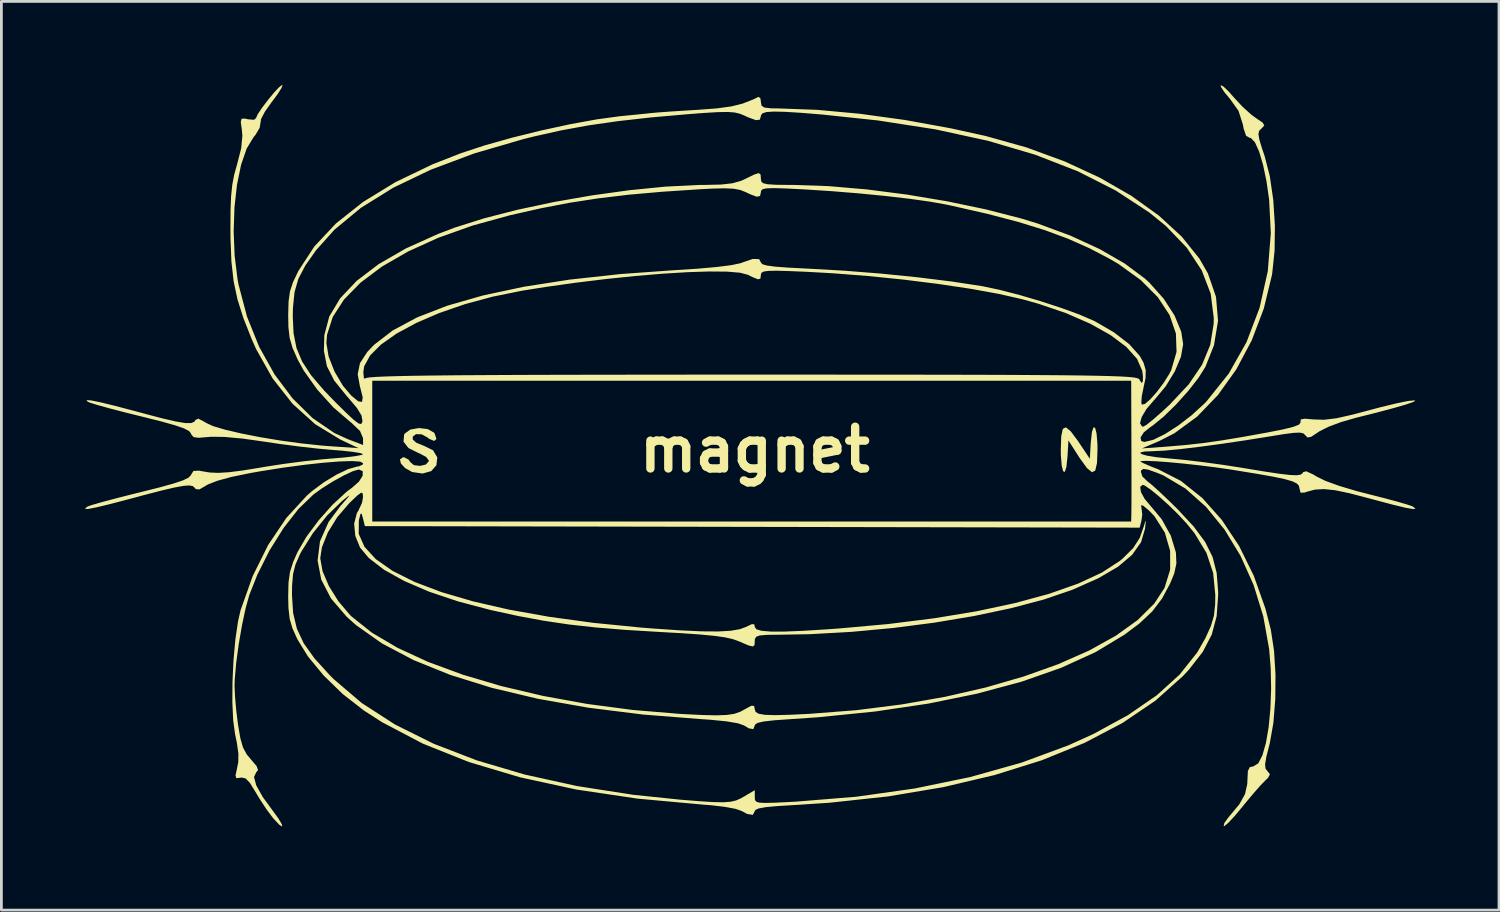
<source format=kicad_pcb>
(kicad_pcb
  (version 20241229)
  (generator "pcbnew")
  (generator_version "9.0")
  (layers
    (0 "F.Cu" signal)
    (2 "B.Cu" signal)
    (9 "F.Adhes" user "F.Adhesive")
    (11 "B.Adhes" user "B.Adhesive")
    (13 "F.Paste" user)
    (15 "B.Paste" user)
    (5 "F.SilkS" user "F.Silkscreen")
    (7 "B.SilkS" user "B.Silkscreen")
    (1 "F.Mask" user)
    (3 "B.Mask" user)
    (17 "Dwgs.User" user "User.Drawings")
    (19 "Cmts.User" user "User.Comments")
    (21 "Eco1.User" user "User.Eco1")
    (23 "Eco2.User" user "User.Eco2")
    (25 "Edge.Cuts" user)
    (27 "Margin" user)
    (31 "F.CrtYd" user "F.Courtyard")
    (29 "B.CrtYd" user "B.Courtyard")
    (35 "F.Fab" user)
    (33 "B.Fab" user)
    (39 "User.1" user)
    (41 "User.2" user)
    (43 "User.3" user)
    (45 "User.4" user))
  (footprint "magnet"
    (layer "F.Cu")
    (at 24.071 13.105)
    (property "Reference" "magnet" (at 0 0 0) (layer "F.SilkS") (effects (font (size 1.5 1.5) (thickness 0.3))))
    (attr board_only exclude_from_pos_files exclude_from_bom)
    (fp_poly (pts (xy 11.356 -0.654) (xy 11.613 -0.308) (xy 11.655 -0.245) (xy 12.04 0.33) (xy 12.073 -0.247) (xy 12.114 -0.627) (xy 12.17 -0.8) (xy 12.23 -0.781) (xy 12.281 -0.581) (xy 12.312 -0.214) (xy 12.315 -0.000001) (xy 12.297 0.484) (xy 12.234 0.754) (xy 12.118 0.814) (xy 11.939 0.668) (xy 11.685 0.319) (xy 11.639 0.248) (xy 11.271 -0.328) (xy 11.237 0.248) (xy 11.197 0.627) (xy 11.141 0.8) (xy 11.081 0.781) (xy 11.03 0.581) (xy 10.999 0.214) (xy 10.996 -0.000001) (xy 11.012 -0.479) (xy 11.068 -0.744) (xy 11.179 -0.8)) (stroke (width 0) (type solid)) (fill yes) (layer "F.SilkS"))
    (fp_poly (pts (xy -11.755 -0.738) (xy -11.529 -0.613) (xy -11.506 -0.583) (xy -11.438 -0.384) (xy -11.519 -0.31) (xy -11.703 -0.388) (xy -11.761 -0.436) (xy -11.97 -0.549) (xy -12.172 -0.556) (xy -12.291 -0.466) (xy -12.289 -0.362) (xy -12.161 -0.246) (xy -11.912 -0.144) (xy -11.898 -0.14) (xy -11.561 0.024) (xy -11.408 0.28) (xy -11.44 0.563) (xy -11.625 0.773) (xy -11.936 0.86) (xy -12.303 0.807) (xy -12.322 0.801) (xy -12.564 0.665) (xy -12.716 0.499) (xy -12.75 0.353) (xy -12.64 0.277) (xy -12.602 0.275) (xy -12.434 0.364) (xy -12.383 0.447) (xy -12.248 0.559) (xy -12.027 0.586) (xy -11.817 0.536) (xy -11.711 0.415) (xy -11.71 0.399) (xy -11.805 0.268) (xy -12.036 0.142) (xy -12.085 0.124) (xy -12.444 -0.056) (xy -12.622 -0.285) (xy -12.6 -0.538) (xy -12.577 -0.577) (xy -12.376 -0.72) (xy -12.069 -0.774)) (stroke (width 0) (type solid)) (fill yes) (layer "F.SilkS"))
    (fp_poly (pts (xy -16.969 -13.102) (xy -17.004 -12.996) (xy -17.148 -12.769) (xy -17.369 -12.472) (xy -17.601 -12.145) (xy -17.74 -11.879) (xy -17.762 -11.737) (xy -17.791 -11.562) (xy -17.938 -11.314) (xy -18.012 -11.223) (xy -18.259 -10.814) (xy -18.459 -10.23) (xy -18.606 -9.513) (xy -18.696 -8.702) (xy -18.725 -7.839) (xy -18.69 -6.965) (xy -18.585 -6.119) (xy -18.55 -5.929) (xy -18.244 -4.773) (xy -17.807 -3.69) (xy -17.257 -2.704) (xy -16.612 -1.844) (xy -15.891 -1.133) (xy -15.112 -0.599) (xy -14.631 -0.377) (xy -14.074 -0.166) (xy -14.077 -0.413) (xy -14.183 -0.666) (xy -14.485 -0.957) (xy -14.529 -0.99) (xy -15.144 -1.519) (xy -15.725 -2.161) (xy -16.207 -2.839) (xy -16.429 -3.244) (xy -16.611 -3.66) (xy -16.713 -4.014) (xy -16.758 -4.404) (xy -16.764 -4.785) (xy -16.601 -4.785) (xy -16.572 -4.176) (xy -16.467 -3.649) (xy -16.263 -3.161) (xy -15.939 -2.666) (xy -15.471 -2.119) (xy -15.07 -1.704) (xy -14.675 -1.314) (xy -14.406 -1.065) (xy -14.238 -0.939) (xy -14.146 -0.918) (xy -14.104 -0.985) (xy -14.097 -1.021) (xy -14.129 -1.22) (xy -14.291 -1.489) (xy -14.603 -1.86) (xy -14.667 -1.931) (xy -15.11 -2.478) (xy -15.374 -2.996) (xy -15.483 -3.546) (xy -15.475 -3.825) (xy -15.393 -3.825) (xy -15.313 -3.344) (xy -15.102 -2.807) (xy -14.798 -2.293) (xy -14.505 -1.947) (xy -14.251 -1.737) (xy -14.113 -1.713) (xy -14.088 -1.877) (xy -14.176 -2.229) (xy -14.185 -2.257) (xy -14.268 -2.705) (xy -14.254 -2.776) (xy -14.066 -2.776) (xy -14.046 -2.575) (xy -14.009 -2.541) (xy -14.002 -2.556) (xy -13.953 -2.577) (xy -13.817 -2.596) (xy -13.584 -2.613) (xy -13.246 -2.628) (xy -12.792 -2.641) (xy -12.213 -2.653) (xy -11.499 -2.662) (xy -10.641 -2.671) (xy -9.629 -2.677) (xy -8.453 -2.683) (xy -7.103 -2.687) (xy -5.571 -2.69) (xy -3.847 -2.692) (xy -1.92 -2.694) (xy -0.097 -2.694) (xy 1.948 -2.694) (xy 3.784 -2.693) (xy 5.423 -2.692) (xy 6.875 -2.69) (xy 8.151 -2.687) (xy 9.263 -2.683) (xy 10.222 -2.677) (xy 11.038 -2.671) (xy 11.723 -2.663) (xy 12.288 -2.653) (xy 12.744 -2.642) (xy 13.102 -2.629) (xy 13.374 -2.614) (xy 13.569 -2.597) (xy 13.701 -2.577) (xy 13.778 -2.555) (xy 13.813 -2.531) (xy 13.817 -2.524) (xy 13.895 -2.394) (xy 13.943 -2.445) (xy 13.948 -2.642) (xy 13.922 -2.832) (xy 13.737 -3.258) (xy 13.352 -3.689) (xy 12.786 -4.114) (xy 12.057 -4.522) (xy 11.187 -4.902) (xy 10.192 -5.241) (xy 9.625 -5.4) (xy 8.773 -5.594) (xy 7.745 -5.78) (xy 6.587 -5.953) (xy 5.345 -6.108) (xy 4.063 -6.238) (xy 2.786 -6.337) (xy 1.897 -6.387) (xy 1.254 -6.414) (xy 0.798 -6.427) (xy 0.499 -6.422) (xy 0.324 -6.399) (xy 0.242 -6.355) (xy 0.22 -6.288) (xy 0.22 -6.283) (xy 0.203 -6.146) (xy 0.119 -6.118) (xy -0.082 -6.198) (xy -0.249 -6.282) (xy -0.53 -6.356) (xy -1.002 -6.395) (xy -1.64 -6.4) (xy -2.419 -6.375) (xy -3.311 -6.32) (xy -4.293 -6.238) (xy -5.338 -6.13) (xy -6.42 -5.998) (xy -7.515 -5.844) (xy -8.357 -5.71) (xy -9.415 -5.496) (xy -10.417 -5.225) (xy -11.341 -4.906) (xy -12.164 -4.551) (xy -12.867 -4.171) (xy -13.427 -3.777) (xy -13.824 -3.38) (xy -14.036 -2.991) (xy -14.066 -2.776) (xy -14.254 -2.776) (xy -14.186 -3.107) (xy -13.922 -3.511) (xy -13.68 -3.765) (xy -13.007 -4.283) (xy -12.127 -4.753) (xy -11.044 -5.172) (xy -9.766 -5.538) (xy -8.299 -5.851) (xy -6.649 -6.108) (xy -4.823 -6.308) (xy -2.914 -6.445) (xy -2.057 -6.5) (xy -1.36 -6.562) (xy -0.839 -6.628) (xy -0.515 -6.697) (xy -0.464 -6.716) (xy -0.071 -6.851) (xy 0.157 -6.844) (xy 0.22 -6.724) (xy 0.269 -6.663) (xy 0.434 -6.614) (xy 0.739 -6.573) (xy 1.211 -6.538) (xy 1.874 -6.504) (xy 1.952 -6.5) (xy 3.224 -6.428) (xy 4.545 -6.323) (xy 5.85 -6.191) (xy 7.072 -6.04) (xy 8.143 -5.877) (xy 8.182 -5.87) (xy 8.798 -5.74) (xy 9.518 -5.554) (xy 10.278 -5.33) (xy 11.016 -5.089) (xy 11.671 -4.85) (xy 12.178 -4.631) (xy 12.222 -4.61) (xy 12.906 -4.213) (xy 13.455 -3.789) (xy 13.836 -3.363) (xy 13.97 -3.121) (xy 14.048 -2.854) (xy 14.041 -2.568) (xy 13.971 -2.237) (xy 13.905 -1.912) (xy 13.89 -1.68) (xy 13.909 -1.615) (xy 14.021 -1.642) (xy 14.214 -1.809) (xy 14.448 -2.073) (xy 14.686 -2.388) (xy 14.889 -2.71) (xy 14.965 -2.859) (xy 15.155 -3.51) (xy 15.132 -4.172) (xy 14.906 -4.832) (xy 14.483 -5.476) (xy 13.869 -6.092) (xy 13.074 -6.666) (xy 12.767 -6.847) (xy 12.026 -7.235) (xy 11.251 -7.579) (xy 10.406 -7.891) (xy 9.455 -8.184) (xy 8.363 -8.47) (xy 7.093 -8.759) (xy 6.874 -8.806) (xy 6.303 -8.908) (xy 5.558 -9.013) (xy 4.687 -9.114) (xy 3.735 -9.207) (xy 2.749 -9.287) (xy 1.775 -9.35) (xy 1.677 -9.355) (xy 1.084 -9.384) (xy 0.676 -9.396) (xy 0.42 -9.387) (xy 0.282 -9.356) (xy 0.227 -9.301) (xy 0.22 -9.252) (xy 0.189 -9.111) (xy 0.068 -9.087) (xy -0.183 -9.182) (xy -0.325 -9.251) (xy -0.522 -9.329) (xy -0.76 -9.374) (xy -1.087 -9.389) (xy -1.552 -9.377) (xy -1.964 -9.355) (xy -3.328 -9.265) (xy -4.527 -9.159) (xy -5.616 -9.029) (xy -6.648 -8.87) (xy -7.678 -8.672) (xy -8.762 -8.428) (xy -8.8 -8.419) (xy -10.15 -8.047) (xy -11.373 -7.611) (xy -12.459 -7.118) (xy -13.393 -6.579) (xy -14.164 -6.001) (xy -14.759 -5.394) (xy -15.165 -4.765) (xy -15.37 -4.125) (xy -15.393 -3.825) (xy -15.475 -3.825) (xy -15.467 -4.112) (xy -15.29 -4.78) (xy -14.9 -5.433) (xy -14.306 -6.062) (xy -13.517 -6.662) (xy -12.538 -7.227) (xy -11.379 -7.749) (xy -10.762 -7.983) (xy -9.723 -8.311) (xy -8.52 -8.619) (xy -7.21 -8.897) (xy -5.851 -9.134) (xy -4.499 -9.321) (xy -3.211 -9.449) (xy -2.043 -9.508) (xy -1.758 -9.511) (xy -1.204 -9.524) (xy -0.805 -9.569) (xy -0.496 -9.656) (xy -0.33 -9.731) (xy -0.019 -9.884) (xy 0.145 -9.935) (xy 0.209 -9.883) (xy 0.22 -9.731) (xy 0.234 -9.634) (xy 0.302 -9.571) (xy 0.463 -9.534) (xy 0.755 -9.516) (xy 1.217 -9.51) (xy 1.402 -9.51) (xy 2.651 -9.467) (xy 4.03 -9.348) (xy 5.475 -9.162) (xy 6.924 -8.919) (xy 8.313 -8.629) (xy 9.579 -8.303) (xy 10.171 -8.121) (xy 11.34 -7.689) (xy 12.392 -7.205) (xy 13.296 -6.684) (xy 14.02 -6.144) (xy 14.179 -5.998) (xy 14.693 -5.422) (xy 15.083 -4.819) (xy 15.324 -4.235) (xy 15.393 -3.788) (xy 15.313 -3.336) (xy 15.093 -2.81) (xy 14.765 -2.274) (xy 14.361 -1.789) (xy 14.338 -1.766) (xy 14.072 -1.455) (xy 13.902 -1.169) (xy 13.843 -0.947) (xy 13.914 -0.832) (xy 13.964 -0.825) (xy 14.085 -0.896) (xy 14.325 -1.089) (xy 14.646 -1.372) (xy 14.915 -1.622) (xy 15.594 -2.345) (xy 16.072 -3.049) (xy 16.366 -3.762) (xy 16.488 -4.512) (xy 16.493 -4.725) (xy 16.384 -5.597) (xy 16.059 -6.443) (xy 15.52 -7.258) (xy 14.77 -8.038) (xy 14.172 -8.523) (xy 12.969 -9.31) (xy 11.607 -10) (xy 10.079 -10.595) (xy 8.378 -11.096) (xy 6.496 -11.506) (xy 4.425 -11.827) (xy 2.419 -12.04) (xy 1.654 -12.102) (xy 1.082 -12.137) (xy 0.678 -12.146) (xy 0.417 -12.128) (xy 0.273 -12.081) (xy 0.221 -12.006) (xy 0.22 -11.985) (xy 0.181 -11.854) (xy 0.041 -11.838) (xy -0.236 -11.938) (xy -0.373 -12.002) (xy -0.543 -12.071) (xy -0.732 -12.115) (xy -0.981 -12.132) (xy -1.331 -12.126) (xy -1.824 -12.096) (xy -2.383 -12.054) (xy -3.736 -11.935) (xy -4.918 -11.802) (xy -5.981 -11.649) (xy -6.973 -11.467) (xy -7.946 -11.249) (xy -8.319 -11.155) (xy -10.074 -10.644) (xy -11.633 -10.061) (xy -12.992 -9.409) (xy -14.149 -8.69) (xy -15.101 -7.904) (xy -15.767 -7.16) (xy -16.151 -6.613) (xy -16.4 -6.137) (xy -16.539 -5.654) (xy -16.595 -5.088) (xy -16.601 -4.785) (xy -16.764 -4.785) (xy -16.765 -4.838) (xy -16.752 -5.323) (xy -16.702 -5.684) (xy -16.593 -6.015) (xy -16.404 -6.41) (xy -16.397 -6.423) (xy -15.828 -7.296) (xy -15.052 -8.123) (xy -14.079 -8.895) (xy -12.919 -9.606) (xy -11.58 -10.25) (xy -10.546 -10.655) (xy -9.7 -10.932) (xy -8.724 -11.207) (xy -7.684 -11.464) (xy -6.647 -11.689) (xy -5.677 -11.866) (xy -4.841 -11.98) (xy -4.783 -11.985) (xy -4.34 -12.029) (xy -3.939 -12.069) (xy -3.684 -12.096) (xy -3.444 -12.117) (xy -3.043 -12.146) (xy -2.538 -12.179) (xy -2.034 -12.21) (xy -1.363 -12.26) (xy -0.85 -12.33) (xy -0.435 -12.433) (xy -0.057 -12.581) (xy 0.137 -12.676) (xy 0.203 -12.62) (xy 0.22 -12.489) (xy 0.243 -12.359) (xy 0.346 -12.29) (xy 0.581 -12.263) (xy 0.852 -12.259) (xy 2.243 -12.208) (xy 3.776 -12.067) (xy 5.395 -11.844) (xy 7.044 -11.544) (xy 8.302 -11.267) (xy 9.762 -10.858) (xy 11.134 -10.355) (xy 12.397 -9.771) (xy 13.533 -9.118) (xy 14.52 -8.408) (xy 15.341 -7.653) (xy 15.975 -6.865) (xy 16.283 -6.328) (xy 16.573 -5.489) (xy 16.646 -4.627) (xy 16.501 -3.752) (xy 16.192 -2.972) (xy 15.94 -2.572) (xy 15.57 -2.101) (xy 15.137 -1.619) (xy 14.696 -1.188) (xy 14.303 -0.868) (xy 14.218 -0.811) (xy 13.978 -0.618) (xy 13.862 -0.435) (xy 13.887 -0.307) (xy 14.002 -0.275) (xy 14.317 -0.35) (xy 14.737 -0.556) (xy 15.214 -0.862) (xy 15.703 -1.238) (xy 16.157 -1.654) (xy 16.235 -1.735) (xy 17.032 -2.732) (xy 17.67 -3.861) (xy 18.14 -5.097) (xy 18.434 -6.411) (xy 18.543 -7.777) (xy 18.482 -8.979) (xy 18.387 -9.645) (xy 18.264 -10.232) (xy 18.123 -10.708) (xy 17.973 -11.04) (xy 17.827 -11.195) (xy 17.783 -11.202) (xy 17.655 -11.275) (xy 17.566 -11.533) (xy 17.54 -11.678) (xy 17.381 -12.174) (xy 17.075 -12.602) (xy 16.867 -12.853) (xy 16.75 -13.036) (xy 16.742 -13.095) (xy 16.837 -13.049) (xy 17.024 -12.871) (xy 17.224 -12.645) (xy 17.527 -12.319) (xy 17.847 -12.031) (xy 18.02 -11.905) (xy 18.248 -11.75) (xy 18.308 -11.649) (xy 18.226 -11.552) (xy 18.209 -11.54) (xy 18.125 -11.458) (xy 18.097 -11.34) (xy 18.13 -11.14) (xy 18.231 -10.809) (xy 18.322 -10.541) (xy 18.507 -9.823) (xy 18.631 -8.967) (xy 18.689 -8.049) (xy 18.678 -7.144) (xy 18.592 -6.327) (xy 18.584 -6.276) (xy 18.29 -5.065) (xy 17.857 -3.925) (xy 17.302 -2.881) (xy 16.642 -1.96) (xy 15.896 -1.186) (xy 15.08 -0.587) (xy 14.534 -0.308) (xy 13.91 -0.042) (xy 14.844 -0.11) (xy 15.473 -0.163) (xy 16.091 -0.232) (xy 16.755 -0.326) (xy 17.52 -0.452) (xy 18.438 -0.618) (xy 18.994 -0.728) (xy 19.359 -0.819) (xy 19.557 -0.899) (xy 19.614 -0.977) (xy 19.61 -0.996) (xy 19.618 -1.083) (xy 19.761 -1.11) (xy 20.078 -1.084) (xy 20.087 -1.083) (xy 20.458 -1.072) (xy 20.902 -1.126) (xy 21.475 -1.255) (xy 21.719 -1.319) (xy 22.474 -1.52) (xy 23.065 -1.663) (xy 23.478 -1.747) (xy 23.7 -1.768) (xy 23.733 -1.758) (xy 23.656 -1.708) (xy 23.385 -1.616) (xy 22.938 -1.487) (xy 22.337 -1.327) (xy 21.606 -1.144) (xy 21.08 -0.993) (xy 20.617 -0.821) (xy 20.287 -0.655) (xy 20.246 -0.627) (xy 20 -0.463) (xy 19.863 -0.434) (xy 19.784 -0.513) (xy 19.719 -0.58) (xy 19.593 -0.61) (xy 19.367 -0.602) (xy 19 -0.554) (xy 18.506 -0.474) (xy 17.632 -0.334) (xy 16.777 -0.207) (xy 15.982 -0.1) (xy 15.286 -0.017) (xy 14.727 0.036) (xy 14.346 0.055) (xy 14.344 0.055) (xy 13.998 0.069) (xy 13.851 0.106) (xy 13.887 0.158) (xy 14.087 0.217) (xy 14.433 0.274) (xy 14.907 0.321) (xy 14.927 0.322) (xy 15.452 0.372) (xy 16.114 0.451) (xy 16.829 0.549) (xy 17.519 0.656) (xy 17.585 0.667) (xy 18.309 0.787) (xy 18.845 0.868) (xy 19.222 0.912) (xy 19.47 0.922) (xy 19.615 0.9) (xy 19.688 0.846) (xy 19.706 0.808) (xy 19.817 0.78) (xy 20.069 0.895) (xy 20.182 0.965) (xy 20.502 1.123) (xy 20.994 1.302) (xy 21.616 1.488) (xy 22.046 1.599) (xy 22.59 1.737) (xy 23.064 1.864) (xy 23.424 1.968) (xy 23.624 2.036) (xy 23.641 2.044) (xy 23.743 2.122) (xy 23.66 2.138) (xy 23.387 2.09) (xy 22.918 1.977) (xy 22.247 1.799) (xy 22.062 1.749) (xy 21.378 1.57) (xy 20.857 1.461) (xy 20.455 1.419) (xy 20.128 1.438) (xy 19.833 1.516) (xy 19.765 1.542) (xy 19.612 1.551) (xy 19.572 1.395) (xy 19.552 1.299) (xy 19.473 1.215) (xy 19.311 1.138) (xy 19.04 1.06) (xy 18.634 0.974) (xy 18.068 0.874) (xy 17.316 0.751) (xy 17.098 0.716) (xy 16.551 0.637) (xy 15.966 0.564) (xy 15.382 0.5) (xy 14.841 0.45) (xy 14.381 0.417) (xy 14.044 0.404) (xy 13.87 0.415) (xy 13.855 0.426) (xy 13.949 0.483) (xy 14.194 0.59) (xy 14.497 0.708) (xy 15.313 1.126) (xy 16.08 1.739) (xy 16.782 2.527) (xy 17.405 3.467) (xy 17.933 4.539) (xy 18.351 5.72) (xy 18.544 6.477) (xy 18.658 7.223) (xy 18.711 8.081) (xy 18.703 8.972) (xy 18.635 9.818) (xy 18.508 10.54) (xy 18.49 10.611) (xy 18.382 11.039) (xy 18.337 11.306) (xy 18.352 11.462) (xy 18.422 11.555) (xy 18.425 11.557) (xy 18.511 11.668) (xy 18.438 11.801) (xy 18.347 11.887) (xy 18.171 12.068) (xy 17.908 12.367) (xy 17.606 12.729) (xy 17.513 12.845) (xy 17.238 13.173) (xy 17.014 13.412) (xy 16.874 13.528) (xy 16.848 13.531) (xy 16.873 13.418) (xy 17.015 13.22) (xy 17.062 13.166) (xy 17.413 12.743) (xy 17.615 12.38) (xy 17.697 12.014) (xy 17.703 11.851) (xy 17.719 11.55) (xy 17.786 11.412) (xy 17.919 11.381) (xy 18.09 11.276) (xy 18.241 10.985) (xy 18.368 10.538) (xy 18.465 9.969) (xy 18.528 9.308) (xy 18.554 8.59) (xy 18.538 7.844) (xy 18.483 7.17) (xy 18.272 5.991) (xy 17.924 4.864) (xy 17.453 3.815) (xy 16.878 2.871) (xy 16.215 2.058) (xy 15.48 1.403) (xy 14.69 0.931) (xy 14.459 0.835) (xy 14.136 0.721) (xy 13.962 0.693) (xy 13.887 0.746) (xy 13.872 0.791) (xy 13.927 0.965) (xy 14.092 1.126) (xy 14.275 1.273) (xy 14.566 1.537) (xy 14.923 1.876) (xy 15.205 2.155) (xy 15.777 2.771) (xy 16.184 3.322) (xy 16.45 3.859) (xy 16.597 4.432) (xy 16.649 5.089) (xy 16.65 5.223) (xy 16.597 5.984) (xy 16.421 6.647) (xy 16.098 7.267) (xy 15.606 7.9) (xy 15.385 8.138) (xy 14.397 9.021) (xy 13.215 9.822) (xy 11.851 10.538) (xy 10.315 11.163) (xy 8.619 11.694) (xy 6.774 12.129) (xy 4.791 12.462) (xy 2.681 12.69) (xy 1.445 12.771) (xy 0.824 12.808) (xy 0.396 12.848) (xy 0.136 12.895) (xy 0.016 12.954) (xy -0.000001 12.992) (xy -0.07 13.125) (xy -0.276 13.092) (xy -0.471 12.986) (xy -0.695 12.908) (xy -1.083 12.836) (xy -1.582 12.778) (xy -1.814 12.761) (xy -4.204 12.543) (xy -6.412 12.215) (xy -8.436 11.775) (xy -10.276 11.225) (xy -11.928 10.565) (xy -13.391 9.796) (xy -14.048 9.373) (xy -14.805 8.784) (xy -15.489 8.12) (xy -16.056 7.432) (xy -16.436 6.814) (xy -16.611 6.426) (xy -16.712 6.084) (xy -16.756 5.693) (xy -16.766 5.278) (xy -16.765 5.232) (xy -16.63 5.232) (xy -16.588 5.871) (xy -16.455 6.432) (xy -16.208 6.96) (xy -15.823 7.5) (xy -15.279 8.098) (xy -15.129 8.249) (xy -14.126 9.104) (xy -12.928 9.878) (xy -11.544 10.567) (xy -9.986 11.168) (xy -8.264 11.677) (xy -6.388 12.09) (xy -4.368 12.404) (xy -2.671 12.58) (xy -1.989 12.635) (xy -1.488 12.666) (xy -1.127 12.673) (xy -0.868 12.654) (xy -0.671 12.607) (xy -0.498 12.53) (xy -0.391 12.469) (xy -0.000001 12.238) (xy -0.000001 12.483) (xy 0.006 12.582) (xy 0.047 12.648) (xy 0.157 12.685) (xy 0.372 12.697) (xy 0.727 12.688) (xy 1.256 12.662) (xy 1.457 12.652) (xy 3.654 12.473) (xy 5.756 12.176) (xy 7.742 11.766) (xy 9.587 11.248) (xy 11.27 10.626) (xy 12.172 10.217) (xy 13.413 9.54) (xy 14.444 8.83) (xy 15.271 8.08) (xy 15.901 7.285) (xy 16.194 6.772) (xy 16.39 6.338) (xy 16.498 5.974) (xy 16.542 5.571) (xy 16.548 5.225) (xy 16.471 4.434) (xy 16.23 3.712) (xy 15.805 3.011) (xy 15.513 2.649) (xy 15.217 2.331) (xy 14.877 1.998) (xy 14.534 1.689) (xy 14.231 1.441) (xy 14.012 1.291) (xy 13.939 1.265) (xy 13.848 1.34) (xy 13.877 1.527) (xy 14.007 1.769) (xy 14.188 1.983) (xy 14.62 2.499) (xy 14.949 3.093) (xy 15.128 3.682) (xy 15.134 3.721) (xy 15.15 4.091) (xy 15.073 4.449) (xy 14.93 4.799) (xy 14.637 5.348) (xy 14.285 5.811) (xy 13.823 6.246) (xy 13.286 6.65) (xy 12.248 7.276) (xy 11.011 7.84) (xy 9.588 8.339) (xy 7.991 8.769) (xy 6.233 9.128) (xy 4.326 9.411) (xy 2.284 9.617) (xy 1.292 9.685) (xy 0.709 9.726) (xy 0.318 9.77) (xy 0.092 9.823) (xy 0.004 9.89) (xy -0.000001 9.911) (xy -0.053 10.046) (xy -0.221 10.013) (xy -0.388 9.911) (xy -0.608 9.834) (xy -1.018 9.765) (xy -1.587 9.708) (xy -1.924 9.685) (xy -4.019 9.52) (xy -5.979 9.275) (xy -7.793 8.954) (xy -9.452 8.56) (xy -10.945 8.095) (xy -12.261 7.563) (xy -13.391 6.967) (xy -14.323 6.31) (xy -14.661 6.009) (xy -15.228 5.348) (xy -15.578 4.671) (xy -15.709 3.984) (xy -15.699 3.903) (xy -15.614 3.903) (xy -15.531 4.37) (xy -15.302 4.906) (xy -14.962 5.451) (xy -14.541 5.946) (xy -14.484 6.001) (xy -13.759 6.578) (xy -12.838 7.122) (xy -11.741 7.628) (xy -10.49 8.089) (xy -9.107 8.498) (xy -7.614 8.85) (xy -6.032 9.138) (xy -4.382 9.356) (xy -2.687 9.497) (xy -2.584 9.503) (xy -1.892 9.537) (xy -1.379 9.549) (xy -1.006 9.535) (xy -0.733 9.494) (xy -0.521 9.42) (xy -0.361 9.333) (xy -0.128 9.205) (xy -0.023 9.21) (xy -0.000001 9.334) (xy 0.032 9.429) (xy 0.146 9.494) (xy 0.37 9.531) (xy 0.73 9.542) (xy 1.255 9.529) (xy 1.971 9.495) (xy 1.979 9.494) (xy 3.658 9.363) (xy 5.283 9.157) (xy 6.838 8.883) (xy 8.306 8.546) (xy 9.67 8.151) (xy 10.914 7.707) (xy 12.021 7.217) (xy 12.974 6.688) (xy 13.757 6.126) (xy 14.353 5.536) (xy 14.725 4.968) (xy 14.925 4.315) (xy 14.925 3.639) (xy 14.735 2.984) (xy 14.363 2.397) (xy 14.168 2.192) (xy 13.957 2.015) (xy 13.879 1.999) (xy 13.892 2.07) (xy 13.923 2.335) (xy 13.897 2.538) (xy 13.83 2.805) (xy -0.09 2.777) (xy -14.01 2.749) (xy -14.078 2.474) (xy -14.129 2.299) (xy -14.167 2.31) (xy -14.221 2.521) (xy -14.227 2.545) (xy -14.232 3.027) (xy -14.025 3.492) (xy -13.617 3.937) (xy -13.014 4.359) (xy -12.226 4.754) (xy -11.261 5.12) (xy -10.128 5.453) (xy -8.835 5.75) (xy -7.39 6.008) (xy -5.803 6.225) (xy -4.082 6.396) (xy -3.629 6.431) (xy -2.669 6.496) (xy -1.903 6.531) (xy -1.307 6.535) (xy -0.858 6.509) (xy -0.531 6.452) (xy -0.324 6.375) (xy -0.104 6.272) (xy -0.015 6.28) (xy -0.000001 6.375) (xy 0.058 6.457) (xy 0.245 6.512) (xy 0.576 6.539) (xy 1.068 6.539) (xy 1.738 6.512) (xy 2.604 6.458) (xy 3.024 6.428) (xy 4.799 6.268) (xy 6.456 6.06) (xy 7.979 5.808) (xy 9.357 5.514) (xy 10.574 5.183) (xy 11.616 4.817) (xy 12.471 4.42) (xy 13.123 3.996) (xy 13.229 3.907) (xy 13.599 3.537) (xy 13.833 3.172) (xy 13.982 2.749) (xy 14.035 2.565) (xy 14.049 2.574) (xy 14.029 2.788) (xy 14.023 2.842) (xy 13.88 3.327) (xy 13.56 3.78) (xy 13.052 4.209) (xy 12.345 4.623) (xy 11.429 5.029) (xy 11.381 5.048) (xy 10.38 5.389) (xy 9.199 5.701) (xy 7.878 5.98) (xy 6.457 6.218) (xy 4.974 6.41) (xy 3.468 6.55) (xy 1.979 6.633) (xy 0.871 6.652) (xy 0.435 6.657) (xy 0.175 6.679) (xy 0.046 6.728) (xy 0.003 6.817) (xy -0.000001 6.872) (xy -0.008 7.02) (xy -0.066 7.075) (xy -0.221 7.038) (xy -0.521 6.911) (xy -0.578 6.886) (xy -0.788 6.81) (xy -1.064 6.748) (xy -1.438 6.694) (xy -1.94 6.646) (xy -2.602 6.599) (xy -3.418 6.553) (xy -4.653 6.478) (xy -5.723 6.39) (xy -6.683 6.283) (xy -7.588 6.149) (xy -8.494 5.981) (xy -9.454 5.772) (xy -9.511 5.759) (xy -10.668 5.453) (xy -11.703 5.105) (xy -12.594 4.722) (xy -13.323 4.316) (xy -13.87 3.895) (xy -14.183 3.521) (xy -14.355 3.1) (xy -14.395 2.659) (xy -14.298 2.28) (xy -14.243 2.193) (xy -14.111 1.909) (xy -14.078 1.709) (xy -14.087 1.574) (xy -14.142 1.548) (xy -14.278 1.647) (xy -14.529 1.885) (xy -14.572 1.927) (xy -15.003 2.429) (xy -15.341 2.977) (xy -15.554 3.512) (xy -15.614 3.903) (xy -15.699 3.903) (xy -15.622 3.292) (xy -15.315 2.602) (xy -14.884 2.023) (xy -14.653 1.76) (xy -14.564 1.648) (xy -14.612 1.672) (xy -14.793 1.818) (xy -14.83 1.848) (xy -15.368 2.369) (xy -15.881 3.007) (xy -16.293 3.665) (xy -16.348 3.771) (xy -16.504 4.131) (xy -16.591 4.473) (xy -16.626 4.888) (xy -16.63 5.232) (xy -16.765 5.232) (xy -16.754 4.778) (xy -16.702 4.399) (xy -16.588 4.04) (xy -16.429 3.681) (xy -16.109 3.131) (xy -15.669 2.54) (xy -15.17 1.979) (xy -14.67 1.518) (xy -14.464 1.364) (xy -14.223 1.151) (xy -14.091 0.939) (xy -14.087 0.777) (xy -14.223 0.715) (xy -14.434 0.773) (xy -14.764 0.927) (xy -15.156 1.143) (xy -15.549 1.39) (xy -15.859 1.614) (xy -16.396 2.132) (xy -16.932 2.818) (xy -17.435 3.621) (xy -17.873 4.493) (xy -18.162 5.222) (xy -18.294 5.694) (xy -18.425 6.31) (xy -18.543 6.991) (xy -18.634 7.664) (xy -18.686 8.25) (xy -18.693 8.493) (xy -18.677 8.865) (xy -18.634 9.353) (xy -18.572 9.857) (xy -18.566 9.896) (xy -18.484 10.376) (xy -18.389 10.705) (xy -18.256 10.951) (xy -18.1 11.138) (xy -17.899 11.375) (xy -17.849 11.516) (xy -17.914 11.595) (xy -17.994 11.765) (xy -17.914 12.065) (xy -17.681 12.481) (xy -17.344 12.943) (xy -17.116 13.255) (xy -16.994 13.463) (xy -16.981 13.547) (xy -17.079 13.487) (xy -17.291 13.262) (xy -17.316 13.232) (xy -17.544 12.927) (xy -17.8 12.537) (xy -17.939 12.304) (xy -18.141 11.976) (xy -18.297 11.815) (xy -18.445 11.783) (xy -18.482 11.791) (xy -18.631 11.806) (xy -18.658 11.704) (xy -18.62 11.532) (xy -18.559 11.23) (xy -18.554 10.928) (xy -18.608 10.546) (xy -18.674 10.226) (xy -18.742 9.728) (xy -18.772 9.076) (xy -18.767 8.332) (xy -18.73 7.559) (xy -18.663 6.82) (xy -18.569 6.177) (xy -18.477 5.773) (xy -18.041 4.546) (xy -17.487 3.43) (xy -16.831 2.455) (xy -16.095 1.654) (xy -15.916 1.497) (xy -15.485 1.176) (xy -15.029 0.9) (xy -14.607 0.7) (xy -14.279 0.608) (xy -14.23 0.605) (xy -14.09 0.54) (xy -14.074 0.49) (xy -14.178 0.432) (xy -14.469 0.412) (xy -14.92 0.426) (xy -15.501 0.472) (xy -16.185 0.547) (xy -16.943 0.649) (xy -17.746 0.776) (xy -18.143 0.846) (xy -18.784 0.978) (xy -19.297 1.116) (xy -19.643 1.249) (xy -19.721 1.295) (xy -19.953 1.43) (xy -20.083 1.421) (xy -20.121 1.376) (xy -20.19 1.314) (xy -20.317 1.288) (xy -20.53 1.303) (xy -20.857 1.363) (xy -21.323 1.473) (xy -21.956 1.637) (xy -22.447 1.769) (xy -23.151 1.954) (xy -23.652 2.075) (xy -23.957 2.133) (xy -24.071 2.129) (xy -24.001 2.063) (xy -23.971 2.045) (xy -23.812 1.989) (xy -23.479 1.893) (xy -23.012 1.768) (xy -22.451 1.624) (xy -22.056 1.527) (xy -21.373 1.355) (xy -20.879 1.218) (xy -20.547 1.107) (xy -20.351 1.011) (xy -20.263 0.923) (xy -20.255 0.902) (xy -20.17 0.768) (xy -19.975 0.756) (xy -19.878 0.775) (xy -19.589 0.823) (xy -19.275 0.837) (xy -18.89 0.813) (xy -18.389 0.749) (xy -17.726 0.641) (xy -17.593 0.618) (xy -16.936 0.516) (xy -16.21 0.421) (xy -15.526 0.348) (xy -15.202 0.321) (xy -14.734 0.282) (xy -14.361 0.237) (xy -14.129 0.193) (xy -14.074 0.165) (xy -14.176 0.125) (xy -14.451 0.08) (xy -14.685 0.055) (xy -13.745 0.055) (xy -13.745 2.584) (xy -0.11 2.584) (xy 13.525 2.584) (xy 13.531 2.337) (xy 13.534 2.104) (xy 13.536 1.675) (xy 13.536 1.076) (xy 13.535 0.331) (xy 13.532 -0.536) (xy 13.529 -1.402) (xy 13.525 -2.474) (xy -0.11 -2.474) (xy -13.745 -2.474) (xy -13.745 0.055) (xy -14.685 0.055) (xy -14.851 0.037) (xy -15.147 0.014) (xy -15.698 -0.035) (xy -16.375 -0.112) (xy -17.085 -0.205) (xy -17.648 -0.289) (xy -18.414 -0.397) (xy -19.056 -0.455) (xy -19.535 -0.461) (xy -19.642 -0.452) (xy -19.982 -0.424) (xy -20.164 -0.449) (xy -20.245 -0.54) (xy -20.257 -0.578) (xy -20.327 -0.666) (xy -20.507 -0.761) (xy -20.824 -0.871) (xy -21.303 -1.006) (xy -21.969 -1.173) (xy -22.056 -1.195) (xy -22.657 -1.344) (xy -23.189 -1.483) (xy -23.614 -1.601) (xy -23.89 -1.687) (xy -23.971 -1.721) (xy -24.014 -1.776) (xy -23.867 -1.77) (xy -23.525 -1.702) (xy -22.982 -1.57) (xy -22.236 -1.374) (xy -21.992 -1.308) (xy -21.313 -1.128) (xy -20.815 -1.012) (xy -20.471 -0.954) (xy -20.254 -0.952) (xy -20.135 -1.003) (xy -20.096 -1.066) (xy -19.993 -1.111) (xy -19.761 -0.99) (xy -19.718 -0.96) (xy -19.463 -0.843) (xy -19.028 -0.714) (xy -18.455 -0.58) (xy -17.784 -0.448) (xy -17.053 -0.327) (xy -16.303 -0.224) (xy -15.574 -0.146) (xy -15.229 -0.119) (xy -14.239 -0.052) (xy -14.899 -0.366) (xy -15.796 -0.912) (xy -16.61 -1.648) (xy -17.323 -2.555) (xy -17.919 -3.614) (xy -18.077 -3.969) (xy -18.376 -4.728) (xy -18.588 -5.397) (xy -18.726 -6.047) (xy -18.805 -6.748) (xy -18.838 -7.571) (xy -18.841 -7.917) (xy -18.837 -8.594) (xy -18.817 -9.108) (xy -18.774 -9.52) (xy -18.704 -9.885) (xy -18.602 -10.249) (xy -18.454 -10.828) (xy -18.412 -11.278) (xy -18.431 -11.492) (xy -18.469 -11.774) (xy -18.44 -11.891) (xy -18.315 -11.893) (xy -18.213 -11.869) (xy -17.994 -11.85) (xy -17.923 -11.909) (xy -17.862 -12.047) (xy -17.707 -12.279) (xy -17.499 -12.554) (xy -17.282 -12.818) (xy -17.095 -13.019) (xy -16.981 -13.105)) (stroke (width 0) (type solid)) (fill yes) (layer "F.SilkS")))
  (gr_rect
    (start -3 -3)
    (end 50.813 29.652)
    (stroke (width 0.1) (type default))
    (fill no)
    (layer "Edge.Cuts")))
</source>
